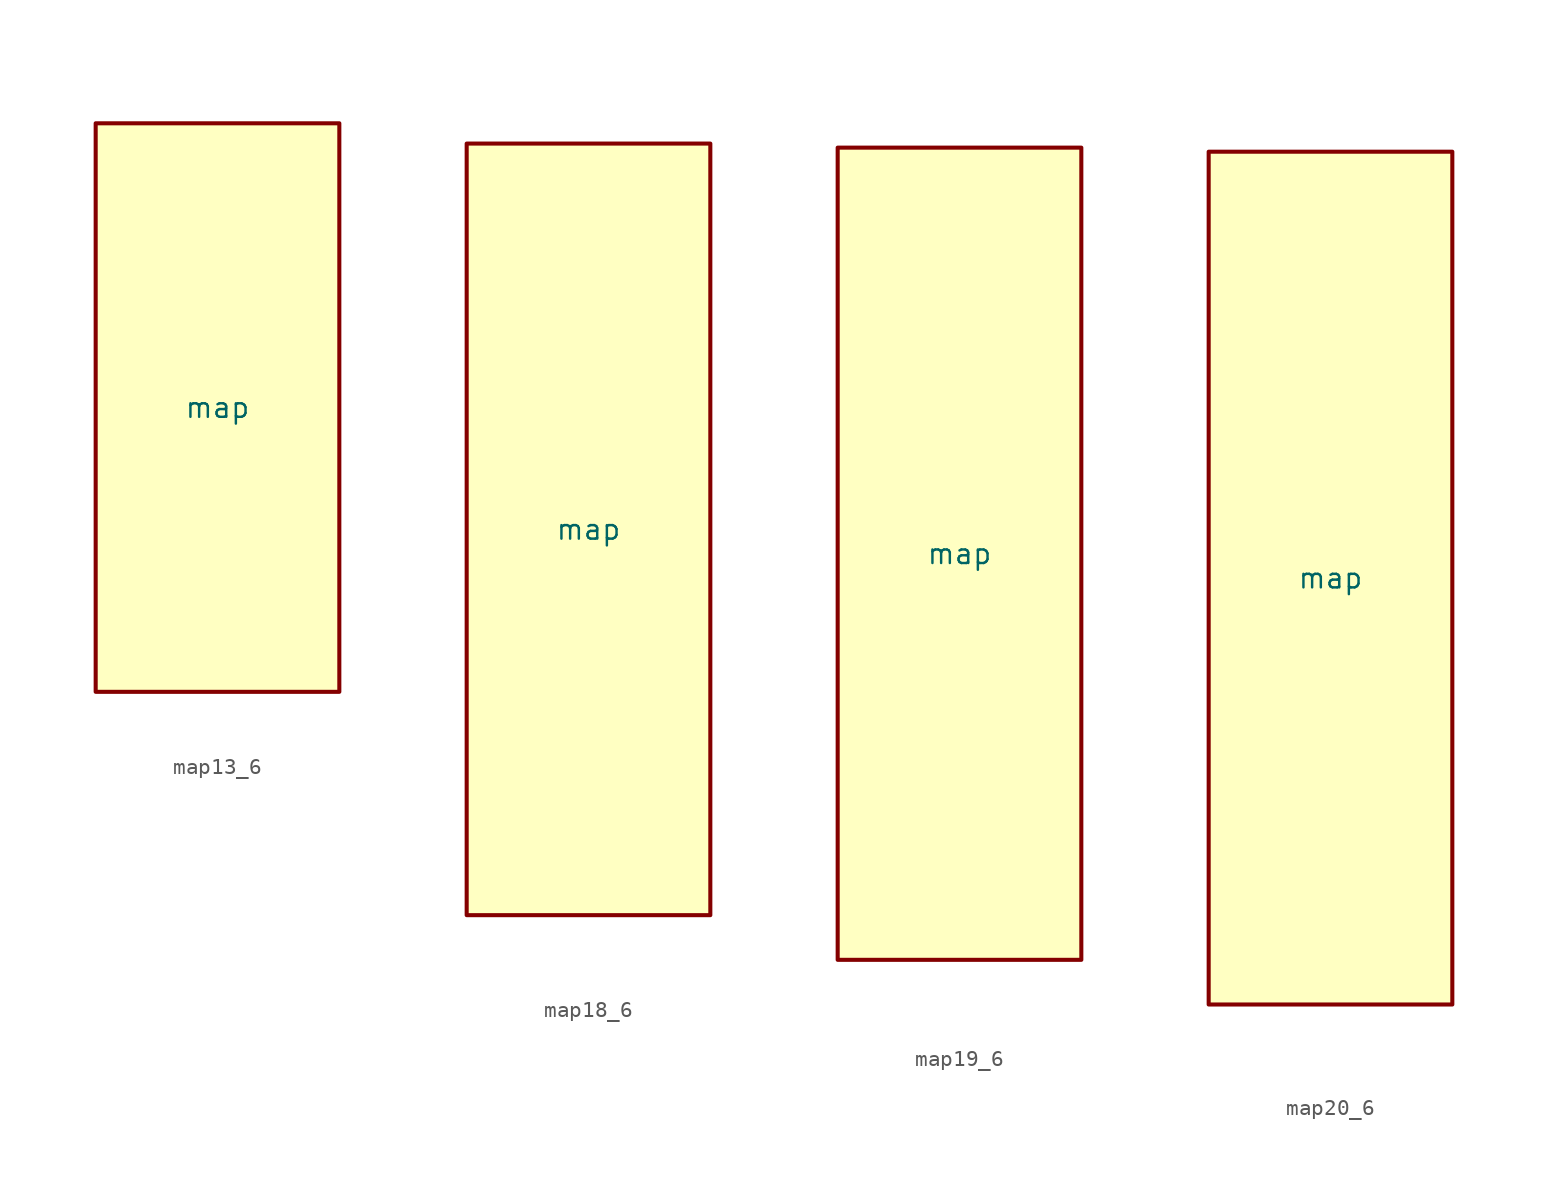
<source format=kicad_sym>
(kicad_symbol_lib
  (version 20231120)
  (generator "kicad_symbol_editor")
  (generator_version "8.0")
  (symbol "map13_6"
    (property "Reference" "U"
      (at 0 0 0)
      (effects (font (size 1.27 1.27)) (hide yes)))
    (property "Value" "map"
      (at 0 0 0)
      (do_not_autoplace)
      (effects (font (size 1.27 1.27))))
    (symbol "map13_6_1_1"
      (rectangle (start -7.62 17.78) (end 7.62 -17.78) (stroke (width 0.254) (type default)) (fill (type background)))
      (pin input line (at -7.62 -15.24 0) (length 0) (name "" (effects (font (size 1.27 1.27)))) (number "" (effects (font (size 1.27 1.27)))))
      (pin input line (at -7.62 -12.7 0) (length 0) (name "" (effects (font (size 1.27 1.27)))) (number "" (effects (font (size 1.27 1.27)))))
      (pin input line (at -7.62 -10.16 0) (length 0) (name "" (effects (font (size 1.27 1.27)))) (number "" (effects (font (size 1.27 1.27)))))
      (pin input line (at -7.62 -7.62 0) (length 0) (name "" (effects (font (size 1.27 1.27)))) (number "" (effects (font (size 1.27 1.27)))))
      (pin input line (at -7.62 -5.08 0) (length 0) (name "" (effects (font (size 1.27 1.27)))) (number "" (effects (font (size 1.27 1.27)))))
      (pin input line (at -7.62 -2.54 0) (length 0) (name "" (effects (font (size 1.27 1.27)))) (number "" (effects (font (size 1.27 1.27)))))
      (pin input line (at -7.62 0 0) (length 0) (name "" (effects (font (size 1.27 1.27)))) (number "" (effects (font (size 1.27 1.27)))))
      (pin input line (at -7.62 2.54 0) (length 0) (name "" (effects (font (size 1.27 1.27)))) (number "" (effects (font (size 1.27 1.27)))))
      (pin input line (at -7.62 5.08 0) (length 0) (name "" (effects (font (size 1.27 1.27)))) (number "" (effects (font (size 1.27 1.27)))))
      (pin input line (at -7.62 7.62 0) (length 0) (name "" (effects (font (size 1.27 1.27)))) (number "" (effects (font (size 1.27 1.27)))))
      (pin input line (at -7.62 10.16 0) (length 0) (name "" (effects (font (size 1.27 1.27)))) (number "" (effects (font (size 1.27 1.27)))))
      (pin input line (at -7.62 12.7 0) (length 0) (name "" (effects (font (size 1.27 1.27)))) (number "" (effects (font (size 1.27 1.27)))))
      (pin input line (at -7.62 15.24 0) (length 0) (name "" (effects (font (size 1.27 1.27)))) (number "" (effects (font (size 1.27 1.27)))))
      (pin output line (at 7.62 -6.35 180) (length 0) (name "" (effects (font (size 1.27 1.27)))) (number "" (effects (font (size 1.27 1.27)))))
      (pin output line (at 7.62 -3.81 180) (length 0) (name "" (effects (font (size 1.27 1.27)))) (number "" (effects (font (size 1.27 1.27)))))
      (pin output line (at 7.62 -1.27 180) (length 0) (name "" (effects (font (size 1.27 1.27)))) (number "" (effects (font (size 1.27 1.27)))))
      (pin output line (at 7.62 1.27 180) (length 0) (name "" (effects (font (size 1.27 1.27)))) (number "" (effects (font (size 1.27 1.27)))))
      (pin output line (at 7.62 3.81 180) (length 0) (name "" (effects (font (size 1.27 1.27)))) (number "" (effects (font (size 1.27 1.27)))))
      (pin output line (at 7.62 6.35 180) (length 0) (name "" (effects (font (size 1.27 1.27)))) (number "" (effects (font (size 1.27 1.27)))))))
  (symbol "map18_6"
    (property "Reference" "U"
      (at 0 0 0)
      (effects (font (size 1.27 1.27)) (hide yes)))
    (property "Value" "map"
      (at 0 0 0)
      (do_not_autoplace)
      (effects (font (size 1.27 1.27))))
    (symbol "map18_6_1_1"
      (rectangle (start -7.62 24.13) (end 7.62 -24.13) (stroke (width 0.254) (type default)) (fill (type background)))
      (pin input line (at -7.62 -21.59 0) (length 0) (name "" (effects (font (size 1.27 1.27)))) (number "" (effects (font (size 1.27 1.27)))))
      (pin input line (at -7.62 -19.05 0) (length 0) (name "" (effects (font (size 1.27 1.27)))) (number "" (effects (font (size 1.27 1.27)))))
      (pin input line (at -7.62 -16.51 0) (length 0) (name "" (effects (font (size 1.27 1.27)))) (number "" (effects (font (size 1.27 1.27)))))
      (pin input line (at -7.62 -13.97 0) (length 0) (name "" (effects (font (size 1.27 1.27)))) (number "" (effects (font (size 1.27 1.27)))))
      (pin input line (at -7.62 -11.43 0) (length 0) (name "" (effects (font (size 1.27 1.27)))) (number "" (effects (font (size 1.27 1.27)))))
      (pin input line (at -7.62 -8.89 0) (length 0) (name "" (effects (font (size 1.27 1.27)))) (number "" (effects (font (size 1.27 1.27)))))
      (pin input line (at -7.62 -6.35 0) (length 0) (name "" (effects (font (size 1.27 1.27)))) (number "" (effects (font (size 1.27 1.27)))))
      (pin input line (at -7.62 -3.81 0) (length 0) (name "" (effects (font (size 1.27 1.27)))) (number "" (effects (font (size 1.27 1.27)))))
      (pin input line (at -7.62 -1.27 0) (length 0) (name "" (effects (font (size 1.27 1.27)))) (number "" (effects (font (size 1.27 1.27)))))
      (pin input line (at -7.62 1.27 0) (length 0) (name "" (effects (font (size 1.27 1.27)))) (number "" (effects (font (size 1.27 1.27)))))
      (pin input line (at -7.62 3.81 0) (length 0) (name "" (effects (font (size 1.27 1.27)))) (number "" (effects (font (size 1.27 1.27)))))
      (pin input line (at -7.62 6.35 0) (length 0) (name "" (effects (font (size 1.27 1.27)))) (number "" (effects (font (size 1.27 1.27)))))
      (pin input line (at -7.62 8.89 0) (length 0) (name "" (effects (font (size 1.27 1.27)))) (number "" (effects (font (size 1.27 1.27)))))
      (pin input line (at -7.62 11.43 0) (length 0) (name "" (effects (font (size 1.27 1.27)))) (number "" (effects (font (size 1.27 1.27)))))
      (pin input line (at -7.62 13.97 0) (length 0) (name "" (effects (font (size 1.27 1.27)))) (number "" (effects (font (size 1.27 1.27)))))
      (pin input line (at -7.62 16.51 0) (length 0) (name "" (effects (font (size 1.27 1.27)))) (number "" (effects (font (size 1.27 1.27)))))
      (pin input line (at -7.62 19.05 0) (length 0) (name "" (effects (font (size 1.27 1.27)))) (number "" (effects (font (size 1.27 1.27)))))
      (pin input line (at -7.62 21.59 0) (length 0) (name "" (effects (font (size 1.27 1.27)))) (number "" (effects (font (size 1.27 1.27)))))
      (pin output line (at 7.62 -6.35 180) (length 0) (name "" (effects (font (size 1.27 1.27)))) (number "" (effects (font (size 1.27 1.27)))))
      (pin output line (at 7.62 -3.81 180) (length 0) (name "" (effects (font (size 1.27 1.27)))) (number "" (effects (font (size 1.27 1.27)))))
      (pin output line (at 7.62 -1.27 180) (length 0) (name "" (effects (font (size 1.27 1.27)))) (number "" (effects (font (size 1.27 1.27)))))
      (pin output line (at 7.62 1.27 180) (length 0) (name "" (effects (font (size 1.27 1.27)))) (number "" (effects (font (size 1.27 1.27)))))
      (pin output line (at 7.62 3.81 180) (length 0) (name "" (effects (font (size 1.27 1.27)))) (number "" (effects (font (size 1.27 1.27)))))
      (pin output line (at 7.62 6.35 180) (length 0) (name "" (effects (font (size 1.27 1.27)))) (number "" (effects (font (size 1.27 1.27)))))))
  (symbol "map19_6"
    (property "Reference" "U"
      (at 0 0 0)
      (effects (font (size 1.27 1.27)) (hide yes)))
    (property "Value" "map"
      (at 0 0 0)
      (do_not_autoplace)
      (effects (font (size 1.27 1.27))))
    (symbol "map19_6_1_1"
      (rectangle (start -7.62 25.4) (end 7.62 -25.4) (stroke (width 0.254) (type default)) (fill (type background)))
      (pin input line (at -7.62 -22.86 0) (length 0) (name "" (effects (font (size 1.27 1.27)))) (number "" (effects (font (size 1.27 1.27)))))
      (pin input line (at -7.62 -20.32 0) (length 0) (name "" (effects (font (size 1.27 1.27)))) (number "" (effects (font (size 1.27 1.27)))))
      (pin input line (at -7.62 -17.78 0) (length 0) (name "" (effects (font (size 1.27 1.27)))) (number "" (effects (font (size 1.27 1.27)))))
      (pin input line (at -7.62 -15.24 0) (length 0) (name "" (effects (font (size 1.27 1.27)))) (number "" (effects (font (size 1.27 1.27)))))
      (pin input line (at -7.62 -12.7 0) (length 0) (name "" (effects (font (size 1.27 1.27)))) (number "" (effects (font (size 1.27 1.27)))))
      (pin input line (at -7.62 -10.16 0) (length 0) (name "" (effects (font (size 1.27 1.27)))) (number "" (effects (font (size 1.27 1.27)))))
      (pin input line (at -7.62 -7.62 0) (length 0) (name "" (effects (font (size 1.27 1.27)))) (number "" (effects (font (size 1.27 1.27)))))
      (pin input line (at -7.62 -5.08 0) (length 0) (name "" (effects (font (size 1.27 1.27)))) (number "" (effects (font (size 1.27 1.27)))))
      (pin input line (at -7.62 -2.54 0) (length 0) (name "" (effects (font (size 1.27 1.27)))) (number "" (effects (font (size 1.27 1.27)))))
      (pin input line (at -7.62 0 0) (length 0) (name "" (effects (font (size 1.27 1.27)))) (number "" (effects (font (size 1.27 1.27)))))
      (pin input line (at -7.62 2.54 0) (length 0) (name "" (effects (font (size 1.27 1.27)))) (number "" (effects (font (size 1.27 1.27)))))
      (pin input line (at -7.62 5.08 0) (length 0) (name "" (effects (font (size 1.27 1.27)))) (number "" (effects (font (size 1.27 1.27)))))
      (pin input line (at -7.62 7.62 0) (length 0) (name "" (effects (font (size 1.27 1.27)))) (number "" (effects (font (size 1.27 1.27)))))
      (pin input line (at -7.62 10.16 0) (length 0) (name "" (effects (font (size 1.27 1.27)))) (number "" (effects (font (size 1.27 1.27)))))
      (pin input line (at -7.62 12.7 0) (length 0) (name "" (effects (font (size 1.27 1.27)))) (number "" (effects (font (size 1.27 1.27)))))
      (pin input line (at -7.62 15.24 0) (length 0) (name "" (effects (font (size 1.27 1.27)))) (number "" (effects (font (size 1.27 1.27)))))
      (pin input line (at -7.62 17.78 0) (length 0) (name "" (effects (font (size 1.27 1.27)))) (number "" (effects (font (size 1.27 1.27)))))
      (pin input line (at -7.62 20.32 0) (length 0) (name "" (effects (font (size 1.27 1.27)))) (number "" (effects (font (size 1.27 1.27)))))
      (pin input line (at -7.62 22.86 0) (length 0) (name "" (effects (font (size 1.27 1.27)))) (number "" (effects (font (size 1.27 1.27)))))
      (pin output line (at 7.62 -6.35 180) (length 0) (name "" (effects (font (size 1.27 1.27)))) (number "" (effects (font (size 1.27 1.27)))))
      (pin output line (at 7.62 -3.81 180) (length 0) (name "" (effects (font (size 1.27 1.27)))) (number "" (effects (font (size 1.27 1.27)))))
      (pin output line (at 7.62 -1.27 180) (length 0) (name "" (effects (font (size 1.27 1.27)))) (number "" (effects (font (size 1.27 1.27)))))
      (pin output line (at 7.62 1.27 180) (length 0) (name "" (effects (font (size 1.27 1.27)))) (number "" (effects (font (size 1.27 1.27)))))
      (pin output line (at 7.62 3.81 180) (length 0) (name "" (effects (font (size 1.27 1.27)))) (number "" (effects (font (size 1.27 1.27)))))
      (pin output line (at 7.62 6.35 180) (length 0) (name "" (effects (font (size 1.27 1.27)))) (number "" (effects (font (size 1.27 1.27)))))))
  (symbol "map20_6"
    (property "Reference" "U"
      (at 0 0 0)
      (effects (font (size 1.27 1.27)) (hide yes)))
    (property "Value" "map"
      (at 0 0 0)
      (do_not_autoplace)
      (effects (font (size 1.27 1.27))))
    (symbol "map20_6_1_1"
      (rectangle (start -7.62 26.67) (end 7.62 -26.67) (stroke (width 0.254) (type default)) (fill (type background)))
      (pin input line (at -7.62 -24.13 0) (length 0) (name "" (effects (font (size 1.27 1.27)))) (number "" (effects (font (size 1.27 1.27)))))
      (pin input line (at -7.62 -21.59 0) (length 0) (name "" (effects (font (size 1.27 1.27)))) (number "" (effects (font (size 1.27 1.27)))))
      (pin input line (at -7.62 -19.05 0) (length 0) (name "" (effects (font (size 1.27 1.27)))) (number "" (effects (font (size 1.27 1.27)))))
      (pin input line (at -7.62 -16.51 0) (length 0) (name "" (effects (font (size 1.27 1.27)))) (number "" (effects (font (size 1.27 1.27)))))
      (pin input line (at -7.62 -13.97 0) (length 0) (name "" (effects (font (size 1.27 1.27)))) (number "" (effects (font (size 1.27 1.27)))))
      (pin input line (at -7.62 -11.43 0) (length 0) (name "" (effects (font (size 1.27 1.27)))) (number "" (effects (font (size 1.27 1.27)))))
      (pin input line (at -7.62 -8.89 0) (length 0) (name "" (effects (font (size 1.27 1.27)))) (number "" (effects (font (size 1.27 1.27)))))
      (pin input line (at -7.62 -6.35 0) (length 0) (name "" (effects (font (size 1.27 1.27)))) (number "" (effects (font (size 1.27 1.27)))))
      (pin input line (at -7.62 -3.81 0) (length 0) (name "" (effects (font (size 1.27 1.27)))) (number "" (effects (font (size 1.27 1.27)))))
      (pin input line (at -7.62 -1.27 0) (length 0) (name "" (effects (font (size 1.27 1.27)))) (number "" (effects (font (size 1.27 1.27)))))
      (pin input line (at -7.62 1.27 0) (length 0) (name "" (effects (font (size 1.27 1.27)))) (number "" (effects (font (size 1.27 1.27)))))
      (pin input line (at -7.62 3.81 0) (length 0) (name "" (effects (font (size 1.27 1.27)))) (number "" (effects (font (size 1.27 1.27)))))
      (pin input line (at -7.62 6.35 0) (length 0) (name "" (effects (font (size 1.27 1.27)))) (number "" (effects (font (size 1.27 1.27)))))
      (pin input line (at -7.62 8.89 0) (length 0) (name "" (effects (font (size 1.27 1.27)))) (number "" (effects (font (size 1.27 1.27)))))
      (pin input line (at -7.62 11.43 0) (length 0) (name "" (effects (font (size 1.27 1.27)))) (number "" (effects (font (size 1.27 1.27)))))
      (pin input line (at -7.62 13.97 0) (length 0) (name "" (effects (font (size 1.27 1.27)))) (number "" (effects (font (size 1.27 1.27)))))
      (pin input line (at -7.62 16.51 0) (length 0) (name "" (effects (font (size 1.27 1.27)))) (number "" (effects (font (size 1.27 1.27)))))
      (pin input line (at -7.62 19.05 0) (length 0) (name "" (effects (font (size 1.27 1.27)))) (number "" (effects (font (size 1.27 1.27)))))
      (pin input line (at -7.62 21.59 0) (length 0) (name "" (effects (font (size 1.27 1.27)))) (number "" (effects (font (size 1.27 1.27)))))
      (pin input line (at -7.62 24.13 0) (length 0) (name "" (effects (font (size 1.27 1.27)))) (number "" (effects (font (size 1.27 1.27)))))
      (pin output line (at 7.62 -6.35 180) (length 0) (name "" (effects (font (size 1.27 1.27)))) (number "" (effects (font (size 1.27 1.27)))))
      (pin output line (at 7.62 -3.81 180) (length 0) (name "" (effects (font (size 1.27 1.27)))) (number "" (effects (font (size 1.27 1.27)))))
      (pin output line (at 7.62 -1.27 180) (length 0) (name "" (effects (font (size 1.27 1.27)))) (number "" (effects (font (size 1.27 1.27)))))
      (pin output line (at 7.62 1.27 180) (length 0) (name "" (effects (font (size 1.27 1.27)))) (number "" (effects (font (size 1.27 1.27)))))
      (pin output line (at 7.62 3.81 180) (length 0) (name "" (effects (font (size 1.27 1.27)))) (number "" (effects (font (size 1.27 1.27)))))
      (pin output line (at 7.62 6.35 180) (length 0) (name "" (effects (font (size 1.27 1.27)))) (number "" (effects (font (size 1.27 1.27))))))))
</source>
